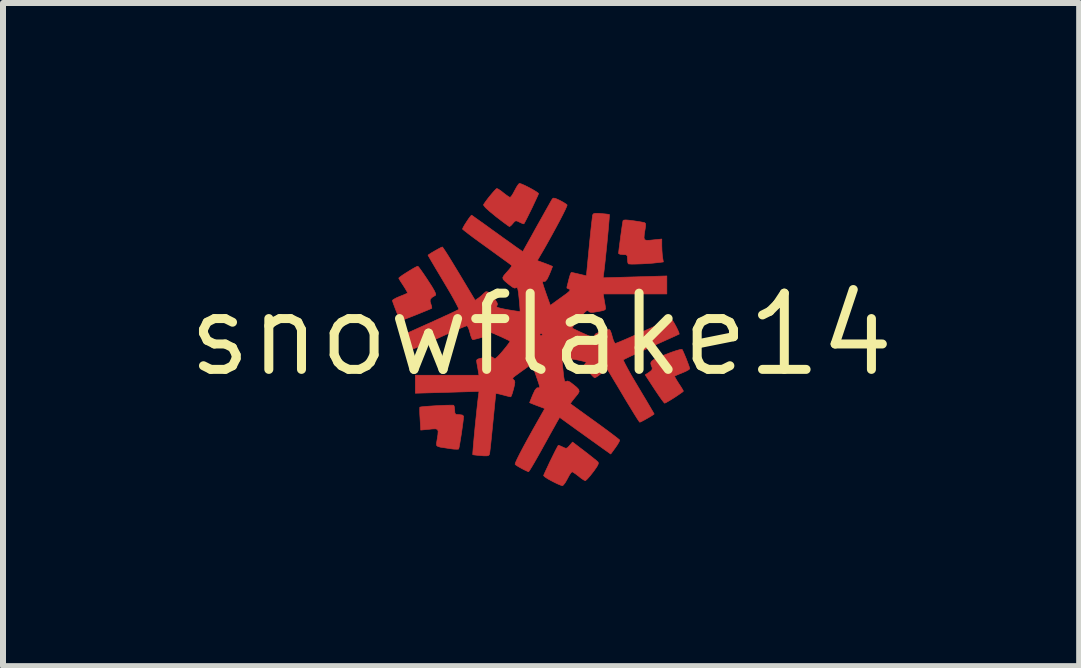
<source format=kicad_pcb>
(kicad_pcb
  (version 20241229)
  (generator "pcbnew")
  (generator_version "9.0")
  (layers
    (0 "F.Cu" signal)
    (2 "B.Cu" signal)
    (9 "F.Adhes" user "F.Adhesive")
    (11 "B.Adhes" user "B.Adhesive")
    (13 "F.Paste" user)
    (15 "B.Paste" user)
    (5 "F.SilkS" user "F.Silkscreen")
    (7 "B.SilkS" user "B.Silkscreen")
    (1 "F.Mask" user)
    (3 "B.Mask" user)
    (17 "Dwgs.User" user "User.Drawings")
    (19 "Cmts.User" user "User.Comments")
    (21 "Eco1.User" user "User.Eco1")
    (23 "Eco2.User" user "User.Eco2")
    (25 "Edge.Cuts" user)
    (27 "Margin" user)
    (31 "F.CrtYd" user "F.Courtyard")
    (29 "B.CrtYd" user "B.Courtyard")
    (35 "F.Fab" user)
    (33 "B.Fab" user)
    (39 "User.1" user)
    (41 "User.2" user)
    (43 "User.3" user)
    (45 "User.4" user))
  (footprint "snowflake14"
    (layer "F.Cu")
    (at 5.964 2.524)
    (property "Reference" "snowflake14" (at 0 0 0) (layer "F.SilkS") (effects (font (size 1.27 1.27) (thickness 0.15))))
    (attr through_hole)
    (fp_poly (pts (xy 1.471 -1.905) (xy 1.561 -1.893) (xy 1.685 -1.873) (xy 1.724 -1.865) (xy 1.741 -1.848) (xy 1.741 -1.812) (xy 1.734 -1.762) (xy 1.719 -1.669) (xy 1.715 -1.611) (xy 1.726 -1.58) (xy 1.759 -1.57) (xy 1.817 -1.572) (xy 1.863 -1.577) (xy 2.011 -1.592) (xy 2.011 -1.479) (xy 2.014 -1.396) (xy 2.02 -1.316) (xy 2.024 -1.288) (xy 2.037 -1.21) (xy 1.945 -1.199) (xy 1.862 -1.19) (xy 1.767 -1.183) (xy 1.67 -1.178) (xy 1.58 -1.175) (xy 1.508 -1.174) (xy 1.462 -1.177) (xy 1.452 -1.18) (xy 1.443 -1.208) (xy 1.439 -1.258) (xy 1.439 -1.263) (xy 1.436 -1.31) (xy 1.417 -1.33) (xy 1.369 -1.333) (xy 1.365 -1.333) (xy 1.316 -1.338) (xy 1.292 -1.35) (xy 1.291 -1.353) (xy 1.294 -1.384) (xy 1.301 -1.446) (xy 1.312 -1.529) (xy 1.324 -1.622) (xy 1.337 -1.716) (xy 1.349 -1.8) (xy 1.359 -1.863) (xy 1.364 -1.895) (xy 1.365 -1.897) (xy 1.378 -1.907) (xy 1.411 -1.91) (xy 1.471 -1.905)) (stroke (width 0.01) (type solid)) (fill yes) (layer "F.Cu"))
    (fp_poly (pts (xy 2.349 0.247) (xy 2.364 0.275) (xy 2.388 0.33) (xy 2.417 0.399) (xy 2.444 0.47) (xy 2.466 0.53) (xy 2.476 0.566) (xy 2.477 0.569) (xy 2.458 0.586) (xy 2.411 0.612) (xy 2.355 0.636) (xy 2.29 0.662) (xy 2.242 0.683) (xy 2.225 0.691) (xy 2.231 0.711) (xy 2.256 0.755) (xy 2.293 0.814) (xy 2.333 0.875) (xy 2.361 0.921) (xy 2.371 0.942) (xy 2.354 0.958) (xy 2.311 0.988) (xy 2.253 1.028) (xy 2.188 1.07) (xy 2.127 1.107) (xy 2.08 1.134) (xy 2.058 1.143) (xy 2.042 1.126) (xy 2.007 1.08) (xy 1.959 1.012) (xy 1.902 0.927) (xy 1.888 0.906) (xy 1.734 0.67) (xy 1.8 0.628) (xy 1.845 0.591) (xy 1.852 0.557) (xy 1.851 0.553) (xy 1.833 0.508) (xy 1.827 0.474) (xy 1.839 0.446) (xy 1.873 0.419) (xy 1.935 0.389) (xy 2.029 0.35) (xy 2.076 0.331) (xy 2.172 0.294) (xy 2.255 0.266) (xy 2.316 0.249) (xy 2.347 0.246) (xy 2.349 0.247)) (stroke (width 0.01) (type solid)) (fill yes) (layer "F.Cu"))
    (fp_poly (pts (xy -1.466 1.176) (xy -1.455 1.178) (xy -1.445 1.204) (xy -1.439 1.254) (xy -1.439 1.261) (xy -1.436 1.309) (xy -1.417 1.33) (xy -1.37 1.333) (xy -1.365 1.333) (xy -1.312 1.34) (xy -1.291 1.359) (xy -1.291 1.36) (xy -1.294 1.401) (xy -1.302 1.469) (xy -1.314 1.555) (xy -1.327 1.648) (xy -1.342 1.74) (xy -1.355 1.82) (xy -1.366 1.879) (xy -1.373 1.906) (xy -1.374 1.907) (xy -1.4 1.91) (xy -1.454 1.908) (xy -1.503 1.902) (xy -1.608 1.886) (xy -1.679 1.875) (xy -1.72 1.863) (xy -1.74 1.847) (xy -1.743 1.822) (xy -1.738 1.786) (xy -1.734 1.762) (xy -1.719 1.669) (xy -1.715 1.611) (xy -1.726 1.58) (xy -1.758 1.57) (xy -1.816 1.572) (xy -1.86 1.577) (xy -2.005 1.591) (xy -2.016 1.404) (xy -2.021 1.32) (xy -2.022 1.253) (xy -2.021 1.214) (xy -2.02 1.209) (xy -1.996 1.204) (xy -1.94 1.198) (xy -1.86 1.192) (xy -1.768 1.186) (xy -1.673 1.181) (xy -1.584 1.177) (xy -1.512 1.176) (xy -1.466 1.176)) (stroke (width 0.01) (type solid)) (fill yes) (layer "F.Cu"))
    (fp_poly (pts (xy 0.727 1.945) (xy 0.808 2.008) (xy 0.877 2.063) (xy 0.928 2.104) (xy 0.951 2.126) (xy 0.954 2.152) (xy 0.932 2.197) (xy 0.883 2.268) (xy 0.864 2.293) (xy 0.813 2.358) (xy 0.769 2.407) (xy 0.741 2.432) (xy 0.736 2.434) (xy 0.71 2.422) (xy 0.663 2.39) (xy 0.626 2.36) (xy 0.572 2.319) (xy 0.531 2.292) (xy 0.516 2.286) (xy 0.496 2.304) (xy 0.467 2.349) (xy 0.439 2.402) (xy 0.404 2.464) (xy 0.373 2.505) (xy 0.355 2.518) (xy 0.324 2.508) (xy 0.267 2.484) (xy 0.196 2.449) (xy 0.185 2.443) (xy 0.117 2.406) (xy 0.066 2.373) (xy 0.043 2.351) (xy 0.042 2.349) (xy 0.051 2.325) (xy 0.075 2.272) (xy 0.109 2.2) (xy 0.148 2.116) (xy 0.19 2.031) (xy 0.229 1.952) (xy 0.261 1.89) (xy 0.282 1.852) (xy 0.286 1.845) (xy 0.307 1.849) (xy 0.35 1.868) (xy 0.358 1.872) (xy 0.404 1.893) (xy 0.433 1.89) (xy 0.465 1.859) (xy 0.474 1.848) (xy 0.524 1.79) (xy 0.727 1.945)) (stroke (width 0.01) (type solid)) (fill yes) (layer "F.Cu"))
    (fp_poly (pts (xy -2.035 -1.12) (xy -2 -1.072) (xy -1.951 -1.002) (xy -1.894 -0.917) (xy -1.884 -0.901) (xy -1.819 -0.801) (xy -1.778 -0.73) (xy -1.757 -0.684) (xy -1.755 -0.66) (xy -1.76 -0.654) (xy -1.82 -0.617) (xy -1.847 -0.585) (xy -1.848 -0.549) (xy -1.837 -0.514) (xy -1.823 -0.467) (xy -1.82 -0.44) (xy -1.821 -0.439) (xy -1.845 -0.427) (xy -1.899 -0.404) (xy -1.973 -0.374) (xy -2.058 -0.339) (xy -2.146 -0.304) (xy -2.227 -0.273) (xy -2.291 -0.248) (xy -2.329 -0.234) (xy -2.336 -0.233) (xy -2.354 -0.25) (xy -2.369 -0.28) (xy -2.387 -0.327) (xy -2.414 -0.394) (xy -2.432 -0.44) (xy -2.456 -0.504) (xy -2.473 -0.552) (xy -2.477 -0.57) (xy -2.458 -0.586) (xy -2.411 -0.612) (xy -2.355 -0.636) (xy -2.29 -0.662) (xy -2.242 -0.683) (xy -2.225 -0.691) (xy -2.231 -0.711) (xy -2.256 -0.755) (xy -2.293 -0.814) (xy -2.333 -0.875) (xy -2.361 -0.92) (xy -2.371 -0.941) (xy -2.354 -0.957) (xy -2.311 -0.989) (xy -2.251 -1.028) (xy -2.185 -1.069) (xy -2.123 -1.106) (xy -2.076 -1.131) (xy -2.053 -1.139) (xy -2.035 -1.12)) (stroke (width 0.01) (type solid)) (fill yes) (layer "F.Cu"))
    (fp_poly (pts (xy -0.327 -2.509) (xy -0.271 -2.485) (xy -0.205 -2.452) (xy -0.139 -2.416) (xy -0.083 -2.382) (xy -0.048 -2.357) (xy -0.042 -2.349) (xy -0.051 -2.325) (xy -0.075 -2.272) (xy -0.109 -2.2) (xy -0.148 -2.116) (xy -0.19 -2.031) (xy -0.229 -1.952) (xy -0.261 -1.89) (xy -0.282 -1.852) (xy -0.286 -1.845) (xy -0.307 -1.849) (xy -0.35 -1.868) (xy -0.359 -1.873) (xy -0.405 -1.894) (xy -0.433 -1.891) (xy -0.462 -1.862) (xy -0.468 -1.853) (xy -0.502 -1.816) (xy -0.525 -1.8) (xy -0.525 -1.799) (xy -0.547 -1.812) (xy -0.594 -1.846) (xy -0.661 -1.896) (xy -0.742 -1.958) (xy -0.757 -1.97) (xy -0.859 -2.054) (xy -0.926 -2.115) (xy -0.957 -2.154) (xy -0.958 -2.167) (xy -0.923 -2.218) (xy -0.877 -2.279) (xy -0.827 -2.34) (xy -0.782 -2.392) (xy -0.749 -2.426) (xy -0.737 -2.434) (xy -0.71 -2.422) (xy -0.663 -2.39) (xy -0.626 -2.36) (xy -0.572 -2.319) (xy -0.531 -2.292) (xy -0.516 -2.286) (xy -0.496 -2.304) (xy -0.467 -2.349) (xy -0.439 -2.402) (xy -0.405 -2.464) (xy -0.376 -2.506) (xy -0.36 -2.519) (xy -0.327 -2.509)) (stroke (width 0.01) (type solid)) (fill yes) (layer "F.Cu"))
    (fp_poly (pts (xy 0.239 -2.269) (xy 0.297 -2.243) (xy 0.313 -2.235) (xy 0.374 -2.202) (xy 0.419 -2.173) (xy 0.434 -2.159) (xy 0.427 -2.136) (xy 0.403 -2.082) (xy 0.364 -2.003) (xy 0.313 -1.904) (xy 0.253 -1.792) (xy 0.187 -1.671) (xy 0.119 -1.548) (xy 0.052 -1.429) (xy -0.012 -1.32) (xy -0.024 -1.299) (xy -0.063 -1.233) (xy 0.064 -1.187) (xy 0.129 -1.162) (xy 0.175 -1.143) (xy 0.191 -1.135) (xy 0.183 -1.114) (xy 0.164 -1.065) (xy 0.139 -1.004) (xy 0.103 -0.927) (xy 0.073 -0.89) (xy 0.054 -0.885) (xy 0.035 -0.887) (xy 0.026 -0.879) (xy 0.027 -0.856) (xy 0.04 -0.81) (xy 0.066 -0.734) (xy 0.087 -0.673) (xy 0.154 -0.487) (xy 0.262 -0.566) (xy 0.331 -0.615) (xy 0.394 -0.661) (xy 0.429 -0.686) (xy 0.475 -0.726) (xy 0.484 -0.752) (xy 0.457 -0.762) (xy 0.454 -0.762) (xy 0.43 -0.776) (xy 0.432 -0.799) (xy 0.443 -0.841) (xy 0.459 -0.905) (xy 0.467 -0.937) (xy 0.484 -0.995) (xy 0.499 -1.03) (xy 0.505 -1.036) (xy 0.532 -1.031) (xy 0.586 -1.019) (xy 0.637 -1.007) (xy 0.755 -0.979) (xy 0.802 -1.469) (xy 0.816 -1.61) (xy 0.829 -1.738) (xy 0.841 -1.847) (xy 0.851 -1.93) (xy 0.857 -1.981) (xy 0.859 -1.993) (xy 0.872 -2.012) (xy 0.9 -2.02) (xy 0.956 -2.02) (xy 1.001 -2.016) (xy 1.07 -2.01) (xy 1.12 -2.004) (xy 1.139 -2) (xy 1.138 -1.979) (xy 1.134 -1.922) (xy 1.127 -1.838) (xy 1.118 -1.734) (xy 1.107 -1.615) (xy 1.095 -1.491) (xy 1.082 -1.367) (xy 1.07 -1.25) (xy 1.059 -1.149) (xy 1.05 -1.07) (xy 1.046 -1.039) (xy 1.034 -0.946) (xy 2.095 -0.977) (xy 2.095 -0.677) (xy 1.035 -0.677) (xy 1.048 -0.598) (xy 1.06 -0.528) (xy 1.071 -0.467) (xy 1.071 -0.463) (xy 1.075 -0.432) (xy 1.064 -0.413) (xy 1.031 -0.4) (xy 0.967 -0.387) (xy 0.948 -0.383) (xy 0.873 -0.372) (xy 0.828 -0.37) (xy 0.802 -0.38) (xy 0.791 -0.392) (xy 0.776 -0.403) (xy 0.754 -0.394) (xy 0.719 -0.363) (xy 0.666 -0.305) (xy 0.638 -0.272) (xy 0.583 -0.205) (xy 0.542 -0.151) (xy 0.52 -0.117) (xy 0.519 -0.109) (xy 0.541 -0.096) (xy 0.593 -0.071) (xy 0.665 -0.037) (xy 0.704 -0.02) (xy 0.787 0.017) (xy 0.839 0.037) (xy 0.868 0.042) (xy 0.881 0.034) (xy 0.885 0.02) (xy 0.908 -0.011) (xy 0.968 -0.04) (xy 1.005 -0.052) (xy 1.071 -0.07) (xy 1.12 -0.082) (xy 1.138 -0.085) (xy 1.153 -0.066) (xy 1.172 -0.017) (xy 1.185 0.032) (xy 1.204 0.095) (xy 1.224 0.137) (xy 1.236 0.148) (xy 1.261 0.139) (xy 1.319 0.116) (xy 1.404 0.08) (xy 1.511 0.033) (xy 1.632 -0.021) (xy 1.703 -0.053) (xy 1.831 -0.111) (xy 1.947 -0.162) (xy 2.044 -0.204) (xy 2.118 -0.234) (xy 2.162 -0.251) (xy 2.171 -0.254) (xy 2.188 -0.237) (xy 2.216 -0.194) (xy 2.247 -0.138) (xy 2.276 -0.08) (xy 2.296 -0.033) (xy 2.301 -0.009) (xy 2.301 -0.008) (xy 2.281 0.001) (xy 2.228 0.026) (xy 2.148 0.062) (xy 2.044 0.109) (xy 1.924 0.163) (xy 1.841 0.2) (xy 1.712 0.259) (xy 1.596 0.312) (xy 1.498 0.357) (xy 1.425 0.392) (xy 1.381 0.414) (xy 1.371 0.42) (xy 1.377 0.442) (xy 1.403 0.494) (xy 1.445 0.573) (xy 1.5 0.672) (xy 1.567 0.786) (xy 1.62 0.875) (xy 1.693 0.998) (xy 1.759 1.108) (xy 1.813 1.2) (xy 1.854 1.27) (xy 1.878 1.312) (xy 1.884 1.323) (xy 1.867 1.336) (xy 1.825 1.363) (xy 1.77 1.395) (xy 1.713 1.427) (xy 1.667 1.451) (xy 1.644 1.46) (xy 1.63 1.443) (xy 1.598 1.395) (xy 1.551 1.32) (xy 1.493 1.225) (xy 1.425 1.114) (xy 1.395 1.064) (xy 1.324 0.944) (xy 1.259 0.835) (xy 1.202 0.741) (xy 1.159 0.669) (xy 1.133 0.625) (xy 1.128 0.618) (xy 1.098 0.569) (xy 1.006 0.644) (xy 0.952 0.686) (xy 0.91 0.713) (xy 0.894 0.72) (xy 0.871 0.704) (xy 0.834 0.665) (xy 0.792 0.614) (xy 0.752 0.563) (xy 0.726 0.522) (xy 0.72 0.506) (xy 0.736 0.482) (xy 0.751 0.471) (xy 0.749 0.459) (xy 0.704 0.444) (xy 0.619 0.425) (xy 0.569 0.416) (xy 0.479 0.402) (xy 0.407 0.391) (xy 0.362 0.385) (xy 0.35 0.386) (xy 0.35 0.408) (xy 0.354 0.463) (xy 0.36 0.541) (xy 0.366 0.598) (xy 0.376 0.694) (xy 0.386 0.753) (xy 0.396 0.781) (xy 0.409 0.785) (xy 0.415 0.781) (xy 0.441 0.773) (xy 0.48 0.789) (xy 0.525 0.823) (xy 0.592 0.877) (xy 0.628 0.916) (xy 0.634 0.95) (xy 0.613 0.989) (xy 0.568 1.044) (xy 0.524 1.098) (xy 0.496 1.137) (xy 0.49 1.152) (xy 0.508 1.166) (xy 0.556 1.201) (xy 0.629 1.254) (xy 0.722 1.321) (xy 0.829 1.398) (xy 0.9 1.449) (xy 1.014 1.532) (xy 1.116 1.607) (xy 1.201 1.671) (xy 1.265 1.72) (xy 1.302 1.75) (xy 1.309 1.758) (xy 1.301 1.784) (xy 1.273 1.833) (xy 1.238 1.884) (xy 1.16 1.99) (xy 1.019 1.89) (xy 0.952 1.842) (xy 0.86 1.776) (xy 0.754 1.7) (xy 0.644 1.621) (xy 0.593 1.585) (xy 0.309 1.379) (xy 0.264 1.457) (xy 0.241 1.499) (xy 0.2 1.572) (xy 0.147 1.667) (xy 0.086 1.778) (xy 0.02 1.897) (xy 0.013 1.91) (xy -0.051 2.024) (xy -0.108 2.124) (xy -0.155 2.204) (xy -0.189 2.259) (xy -0.207 2.284) (xy -0.209 2.285) (xy -0.234 2.275) (xy -0.283 2.252) (xy -0.321 2.232) (xy -0.38 2.199) (xy -0.422 2.171) (xy -0.433 2.16) (xy -0.427 2.135) (xy -0.401 2.077) (xy -0.358 1.99) (xy -0.298 1.876) (xy -0.223 1.738) (xy -0.136 1.581) (xy -0.038 1.408) (xy 0.012 1.32) (xy 0.062 1.232) (xy -0.064 1.185) (xy -0.129 1.16) (xy -0.175 1.141) (xy -0.191 1.133) (xy -0.183 1.113) (xy -0.164 1.065) (xy -0.139 1.004) (xy -0.103 0.927) (xy -0.073 0.89) (xy -0.054 0.885) (xy -0.035 0.887) (xy -0.026 0.879) (xy -0.027 0.856) (xy -0.04 0.81) (xy -0.066 0.734) (xy -0.087 0.673) (xy -0.154 0.487) (xy -0.262 0.566) (xy -0.331 0.615) (xy -0.395 0.662) (xy -0.43 0.687) (xy -0.467 0.717) (xy -0.472 0.738) (xy -0.458 0.752) (xy -0.441 0.77) (xy -0.437 0.797) (xy -0.444 0.845) (xy -0.459 0.906) (xy -0.478 0.974) (xy -0.495 1.021) (xy -0.505 1.037) (xy -0.532 1.032) (xy -0.585 1.019) (xy -0.634 1.006) (xy -0.697 0.99) (xy -0.741 0.981) (xy -0.753 0.98) (xy -0.756 1.001) (xy -0.762 1.059) (xy -0.771 1.147) (xy -0.782 1.259) (xy -0.795 1.389) (xy -0.803 1.471) (xy -0.817 1.612) (xy -0.83 1.74) (xy -0.841 1.848) (xy -0.851 1.931) (xy -0.857 1.981) (xy -0.86 1.993) (xy -0.872 2.012) (xy -0.9 2.02) (xy -0.956 2.02) (xy -1.001 2.016) (xy -1.07 2.01) (xy -1.12 2.004) (xy -1.139 2) (xy -1.138 1.979) (xy -1.134 1.922) (xy -1.127 1.838) (xy -1.118 1.734) (xy -1.107 1.615) (xy -1.095 1.491) (xy -1.082 1.367) (xy -1.07 1.25) (xy -1.059 1.149) (xy -1.05 1.07) (xy -1.046 1.039) (xy -1.034 0.946) (xy -1.565 0.962) (xy -2.095 0.977) (xy -2.095 0.677) (xy -1.035 0.677) (xy -1.048 0.598) (xy -1.06 0.528) (xy -1.071 0.467) (xy -1.071 0.463) (xy -1.075 0.432) (xy -1.064 0.413) (xy -1.031 0.4) (xy -0.967 0.387) (xy -0.948 0.383) (xy -0.873 0.372) (xy -0.828 0.37) (xy -0.802 0.38) (xy -0.791 0.392) (xy -0.776 0.403) (xy -0.754 0.394) (xy -0.719 0.363) (xy -0.666 0.305) (xy -0.638 0.272) (xy -0.583 0.205) (xy -0.542 0.151) (xy -0.52 0.117) (xy -0.519 0.109) (xy -0.541 0.096) (xy -0.593 0.071) (xy -0.665 0.037) (xy -0.704 0.02) (xy -0.748 0) (xy -0.021 0) (xy -0.005 0.021) (xy 0 0.021) (xy 0.021 0.005) (xy 0.021 0) (xy 0.005 -0.021) (xy 0 -0.021) (xy -0.021 -0.005) (xy -0.021 0) (xy -0.748 0) (xy -0.787 -0.017) (xy -0.839 -0.037) (xy -0.868 -0.042) (xy -0.881 -0.034) (xy -0.885 -0.02) (xy -0.908 0.011) (xy -0.968 0.04) (xy -1.005 0.052) (xy -1.071 0.07) (xy -1.12 0.082) (xy -1.138 0.085) (xy -1.153 0.066) (xy -1.172 0.017) (xy -1.185 -0.032) (xy -1.204 -0.095) (xy -1.224 -0.137) (xy -1.236 -0.148) (xy -1.261 -0.139) (xy -1.319 -0.116) (xy -1.404 -0.08) (xy -1.511 -0.033) (xy -1.632 0.021) (xy -1.703 0.053) (xy -1.831 0.111) (xy -1.947 0.162) (xy -2.044 0.204) (xy -2.118 0.234) (xy -2.162 0.251) (xy -2.171 0.254) (xy -2.188 0.237) (xy -2.216 0.194) (xy -2.247 0.138) (xy -2.276 0.08) (xy -2.296 0.033) (xy -2.301 0.009) (xy -2.301 0.008) (xy -2.281 -0.001) (xy -2.228 -0.026) (xy -2.148 -0.062) (xy -2.044 -0.109) (xy -1.924 -0.163) (xy -1.841 -0.2) (xy -1.712 -0.259) (xy -1.596 -0.312) (xy -1.498 -0.357) (xy -1.425 -0.392) (xy -1.381 -0.414) (xy -1.371 -0.42) (xy -1.377 -0.442) (xy -1.403 -0.494) (xy -1.445 -0.573) (xy -1.5 -0.672) (xy -1.567 -0.786) (xy -1.62 -0.875) (xy -1.693 -0.998) (xy -1.759 -1.108) (xy -1.813 -1.2) (xy -1.854 -1.27) (xy -1.878 -1.312) (xy -1.884 -1.323) (xy -1.867 -1.336) (xy -1.825 -1.363) (xy -1.77 -1.395) (xy -1.713 -1.427) (xy -1.667 -1.451) (xy -1.644 -1.46) (xy -1.631 -1.443) (xy -1.598 -1.394) (xy -1.55 -1.319) (xy -1.49 -1.222) (xy -1.421 -1.108) (xy -1.365 -1.016) (xy -1.098 -0.571) (xy -1.039 -0.612) (xy -0.99 -0.651) (xy -0.953 -0.687) (xy -0.953 -0.687) (xy -0.919 -0.715) (xy -0.883 -0.71) (xy -0.838 -0.671) (xy -0.812 -0.64) (xy -0.761 -0.575) (xy -0.734 -0.532) (xy -0.726 -0.505) (xy -0.734 -0.484) (xy -0.739 -0.479) (xy -0.741 -0.464) (xy -0.72 -0.451) (xy -0.669 -0.437) (xy -0.582 -0.419) (xy -0.558 -0.415) (xy -0.471 -0.4) (xy -0.402 -0.39) (xy -0.359 -0.385) (xy -0.35 -0.385) (xy -0.35 -0.408) (xy -0.354 -0.463) (xy -0.36 -0.541) (xy -0.366 -0.598) (xy -0.376 -0.694) (xy -0.386 -0.753) (xy -0.396 -0.781) (xy -0.409 -0.785) (xy -0.415 -0.781) (xy -0.439 -0.774) (xy -0.474 -0.789) (xy -0.53 -0.83) (xy -0.551 -0.847) (xy -0.603 -0.891) (xy -0.632 -0.921) (xy -0.638 -0.95) (xy -0.619 -0.985) (xy -0.574 -1.037) (xy -0.531 -1.085) (xy -0.5 -1.125) (xy -0.488 -1.15) (xy -0.489 -1.152) (xy -0.509 -1.167) (xy -0.557 -1.203) (xy -0.631 -1.256) (xy -0.724 -1.323) (xy -0.831 -1.401) (xy -0.9 -1.451) (xy -1.014 -1.533) (xy -1.117 -1.608) (xy -1.202 -1.672) (xy -1.265 -1.721) (xy -1.302 -1.751) (xy -1.309 -1.758) (xy -1.3 -1.781) (xy -1.275 -1.826) (xy -1.24 -1.881) (xy -1.204 -1.934) (xy -1.173 -1.975) (xy -1.157 -1.99) (xy -1.14 -1.978) (xy -1.093 -1.944) (xy -1.021 -1.893) (xy -0.928 -1.827) (xy -0.821 -1.749) (xy -0.73 -1.684) (xy -0.614 -1.6) (xy -0.509 -1.526) (xy -0.422 -1.463) (xy -0.355 -1.417) (xy -0.315 -1.389) (xy -0.305 -1.383) (xy -0.294 -1.401) (xy -0.266 -1.452) (xy -0.223 -1.529) (xy -0.168 -1.627) (xy -0.105 -1.742) (xy -0.067 -1.81) (xy 0.002 -1.933) (xy 0.064 -2.044) (xy 0.117 -2.138) (xy 0.157 -2.209) (xy 0.182 -2.252) (xy 0.187 -2.261) (xy 0.206 -2.274) (xy 0.239 -2.269)) (stroke (width 0.01) (type solid)) (fill yes) (layer "F.Cu")))
  (gr_rect
    (start -3 -3)
    (end 14.928 8.047)
    (stroke (width 0.1) (type default))
    (fill no)
    (layer "Edge.Cuts")))
</source>
